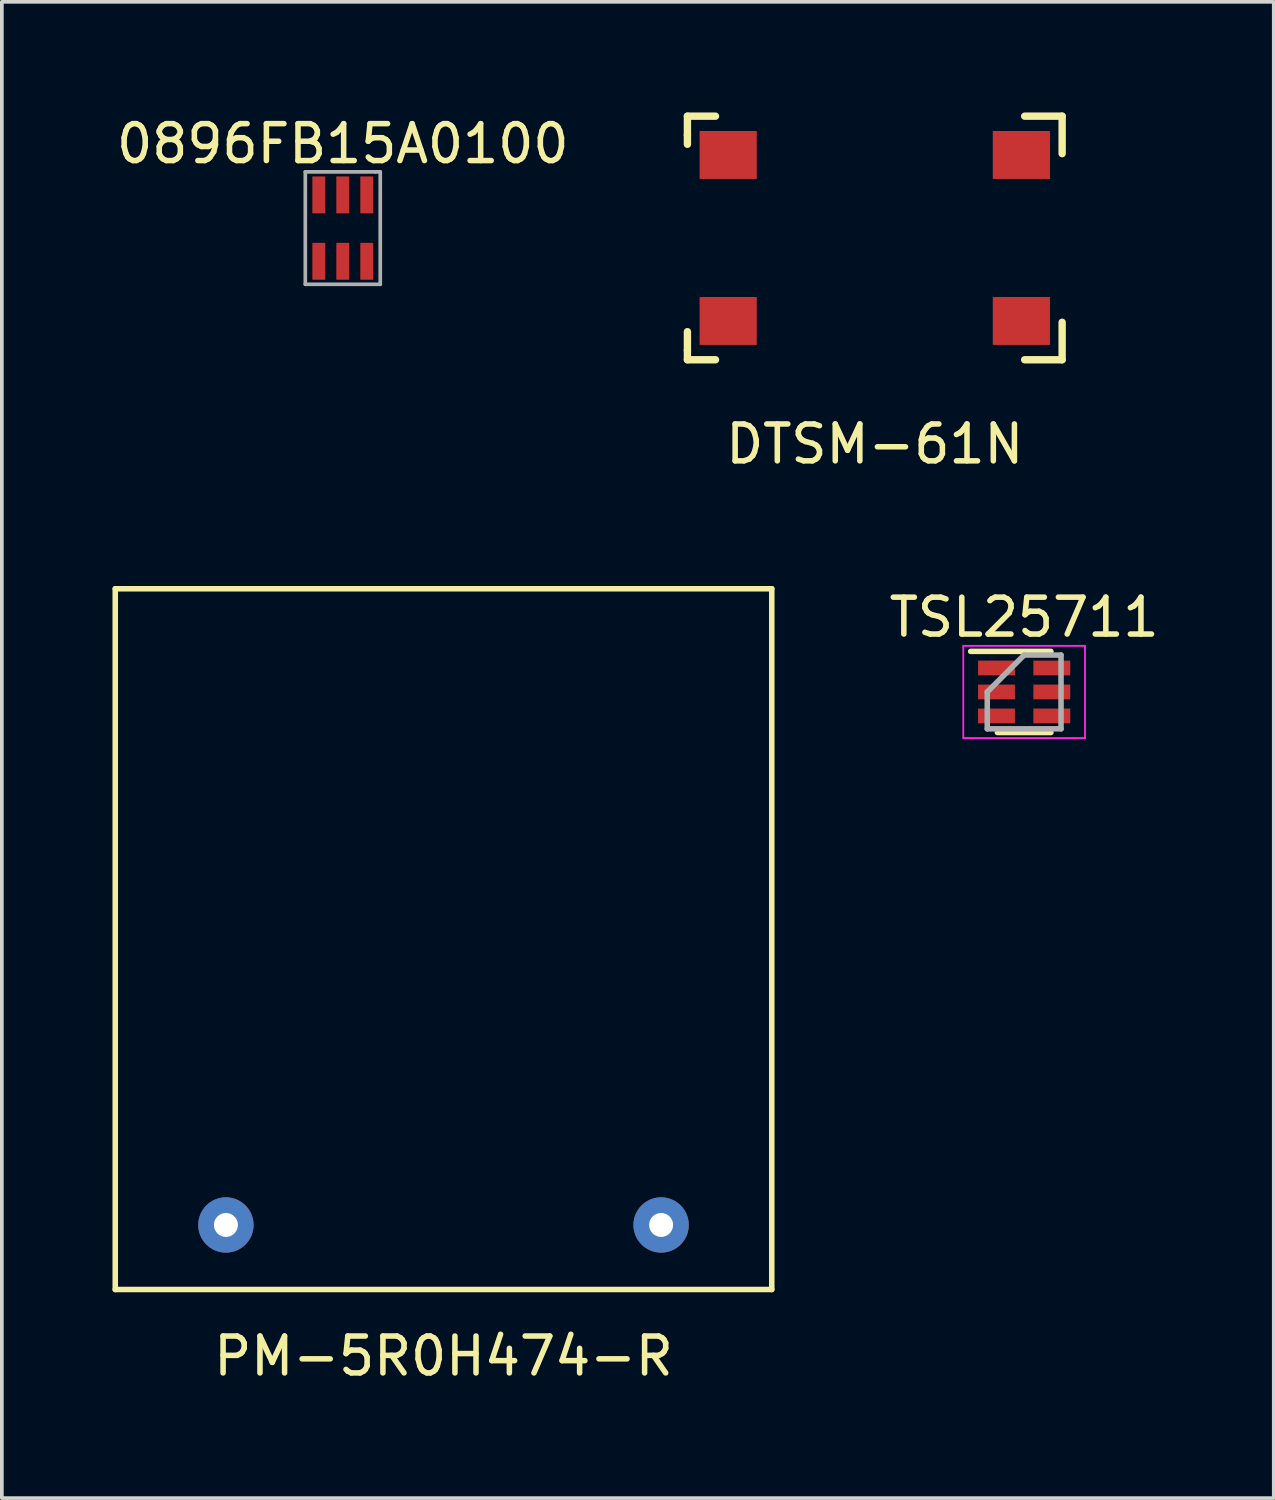
<source format=kicad_pcb>
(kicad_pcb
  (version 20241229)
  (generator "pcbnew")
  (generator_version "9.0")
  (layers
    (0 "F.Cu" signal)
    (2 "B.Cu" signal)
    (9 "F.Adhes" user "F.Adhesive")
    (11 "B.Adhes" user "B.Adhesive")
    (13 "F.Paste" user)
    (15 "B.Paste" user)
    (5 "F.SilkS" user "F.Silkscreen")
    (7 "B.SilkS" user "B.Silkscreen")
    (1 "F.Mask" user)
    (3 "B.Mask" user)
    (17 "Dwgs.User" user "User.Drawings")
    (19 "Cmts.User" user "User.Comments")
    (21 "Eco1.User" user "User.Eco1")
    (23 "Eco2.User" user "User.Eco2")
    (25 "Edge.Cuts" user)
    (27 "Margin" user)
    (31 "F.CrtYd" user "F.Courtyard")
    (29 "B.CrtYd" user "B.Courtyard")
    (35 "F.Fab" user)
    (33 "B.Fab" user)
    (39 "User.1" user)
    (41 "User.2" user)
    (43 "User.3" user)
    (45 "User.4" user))
  (footprint "PM-5R0H474-R"
    (layer "F.Cu")
    (at 8.975 30.163)
    (property "Reference" "PM-5R0H474-R" (at 0 3.556 0) (layer "F.SilkS") (effects (font (size 1 1) (thickness 0.15))))
    (attr through_hole)
    (fp_line (start -8.9 -17.25) (end 8.9 -17.25) (stroke (width 0.15) (type solid)) (layer "F.SilkS"))
    (fp_line (start -8.9 1.75) (end -8.9 -17.25) (stroke (width 0.15) (type solid)) (layer "F.SilkS"))
    (fp_line (start -8.9 1.75) (end 8.9 1.75) (stroke (width 0.15) (type solid)) (layer "F.SilkS"))
    (fp_line (start 8.9 1.75) (end 8.9 -17.25) (stroke (width 0.15) (type solid)) (layer "F.SilkS"))
    (pad "1" thru_hole circle (at 5.9 0) (size 1.5 1.5) (drill 0.65) (layers "*.Cu" "*.Mask"))
    (pad "2" thru_hole circle (at -5.9 0) (size 1.5 1.5) (drill 0.65) (layers "*.Cu" "*.Mask")))
  (footprint "DTSM-61N"
    (layer "F.Cu")
    (at 20.668 3.402)
    (property "Reference" "DTSM-61N" (at 0 5.588 0) (layer "F.SilkS") (effects (font (size 1 1) (thickness 0.15))))
    (attr through_hole)
    (fp_line (start -5.08 -3.302) (end -5.08 -2.794) (stroke (width 0.2) (type solid)) (layer "F.SilkS"))
    (fp_line (start -5.08 -2.794) (end -5.08 -2.54) (stroke (width 0.2) (type solid)) (layer "F.SilkS"))
    (fp_line (start -5.08 2.54) (end -5.08 3.048) (stroke (width 0.2) (type solid)) (layer "F.SilkS"))
    (fp_line (start -5.08 3.048) (end -5.08 3.302) (stroke (width 0.2) (type solid)) (layer "F.SilkS"))
    (fp_line (start -5.08 3.302) (end -4.318 3.302) (stroke (width 0.2) (type solid)) (layer "F.SilkS"))
    (fp_line (start -4.318 -3.302) (end -5.08 -3.302) (stroke (width 0.2) (type solid)) (layer "F.SilkS"))
    (fp_line (start 4.064 -3.302) (end 5.08 -3.302) (stroke (width 0.2) (type solid)) (layer "F.SilkS"))
    (fp_line (start 5.08 -3.302) (end 5.08 -2.286) (stroke (width 0.2) (type solid)) (layer "F.SilkS"))
    (fp_line (start 5.08 2.286) (end 5.08 3.302) (stroke (width 0.2) (type solid)) (layer "F.SilkS"))
    (fp_line (start 5.08 3.302) (end 4.064 3.302) (stroke (width 0.2) (type solid)) (layer "F.SilkS"))
    (pad "1" smd rect (at -3.975 -2.25) (size 1.55 1.3) (layers "F.Cu" "F.Mask" "F.Paste"))
    (pad "2" smd rect (at -3.975 2.25) (size 1.55 1.3) (layers "F.Cu" "F.Mask" "F.Paste"))
    (pad "3" smd rect (at 3.975 -2.25) (size 1.55 1.3) (layers "F.Cu" "F.Mask" "F.Paste"))
    (pad "4" smd rect (at 3.975 2.25) (size 1.55 1.3) (layers "F.Cu" "F.Mask" "F.Paste")))
  (footprint "0896FB15A0100"
    (layer "F.Cu")
    (at 6.244 3.134)
    (property "Reference" "0896FB15A0100" (at 0 -2.286 0) (layer "F.SilkS") (effects (font (size 1 1) (thickness 0.15))))
    (attr through_hole)
    (fp_line (start -1.016 -1.524) (end 0.889 -1.524) (stroke (width 0.1) (type solid)) (layer "F.Fab"))
    (fp_line (start -1.016 1.524) (end -1.016 -1.524) (stroke (width 0.1) (type solid)) (layer "F.Fab"))
    (fp_line (start 0.889 -1.524) (end 1.016 -1.524) (stroke (width 0.1) (type solid)) (layer "F.Fab"))
    (fp_line (start 1.016 -1.524) (end 1.016 1.524) (stroke (width 0.1) (type solid)) (layer "F.Fab"))
    (fp_line (start 1.016 1.524) (end -1.016 1.524) (stroke (width 0.1) (type solid)) (layer "F.Fab"))
    (pad "1" smd rect (at 0.65 -0.9) (size 0.35 1) (layers "F.Cu" "F.Mask" "F.Paste"))
    (pad "2" smd rect (at 0 -0.9) (size 0.35 1) (layers "F.Cu" "F.Mask" "F.Paste"))
    (pad "3" smd rect (at -0.65 -0.9) (size 0.35 1) (layers "F.Cu" "F.Mask" "F.Paste"))
    (pad "4" smd rect (at -0.65 0.9) (size 0.35 1) (layers "F.Cu" "F.Mask" "F.Paste"))
    (pad "5" smd rect (at 0 0.9) (size 0.35 1) (layers "F.Cu" "F.Mask" "F.Paste"))
    (pad "6" smd rect (at 0.65 0.9) (size 0.35 1) (layers "F.Cu" "F.Mask" "F.Paste")))
  (footprint "TSL25711"
    (layer "F.Cu")
    (at 24.718 15.711)
    (property "Reference" "TSL25711" (at 0 -2.025 0) (layer "F.SilkS") (effects (font (size 1 1) (thickness 0.15))))
    (attr smd)
    (fp_line (start -1.45 -1.1) (end 0.725 -1.1) (stroke (width 0.15) (type solid)) (layer "F.SilkS"))
    (fp_line (start -0.725 1.1) (end 0.725 1.1) (stroke (width 0.15) (type solid)) (layer "F.SilkS"))
    (fp_line (start -1.65 -1.25) (end -1.65 1.25) (stroke (width 0.05) (type solid)) (layer "F.CrtYd"))
    (fp_line (start -1.65 -1.25) (end 1.65 -1.25) (stroke (width 0.05) (type solid)) (layer "F.CrtYd"))
    (fp_line (start -1.65 1.25) (end 1.65 1.25) (stroke (width 0.05) (type solid)) (layer "F.CrtYd"))
    (fp_line (start 1.65 -1.25) (end 1.65 1.25) (stroke (width 0.05) (type solid)) (layer "F.CrtYd"))
    (fp_line (start -1 0) (end 0 -1) (stroke (width 0.15) (type solid)) (layer "F.Fab"))
    (fp_line (start -1 1) (end -1 0) (stroke (width 0.15) (type solid)) (layer "F.Fab"))
    (fp_line (start 0 -1) (end 1 -1) (stroke (width 0.15) (type solid)) (layer "F.Fab"))
    (fp_line (start 1 -1) (end 1 1) (stroke (width 0.15) (type solid)) (layer "F.Fab"))
    (fp_line (start 1 1) (end -1 1) (stroke (width 0.15) (type solid)) (layer "F.Fab"))
    (pad "1" smd rect (at -0.75 -0.65) (size 1 0.4) (layers "F.Cu" "F.Mask" "F.Paste"))
    (pad "2" smd rect (at -0.75 0) (size 1 0.4) (layers "F.Cu" "F.Mask" "F.Paste"))
    (pad "3" smd rect (at -0.75 0.65) (size 1 0.4) (layers "F.Cu" "F.Mask" "F.Paste"))
    (pad "4" smd rect (at 0.75 0.65) (size 1 0.4) (layers "F.Cu" "F.Mask" "F.Paste"))
    (pad "5" smd rect (at 0.75 0) (size 1 0.4) (layers "F.Cu" "F.Mask" "F.Paste"))
    (pad "6" smd rect (at 0.75 -0.65) (size 1 0.4) (layers "F.Cu" "F.Mask" "F.Paste")))
  (gr_rect
    (start -3 -3)
    (end 31.486 37.568)
    (stroke (width 0.1) (type default))
    (fill no)
    (layer "Edge.Cuts")))
</source>
